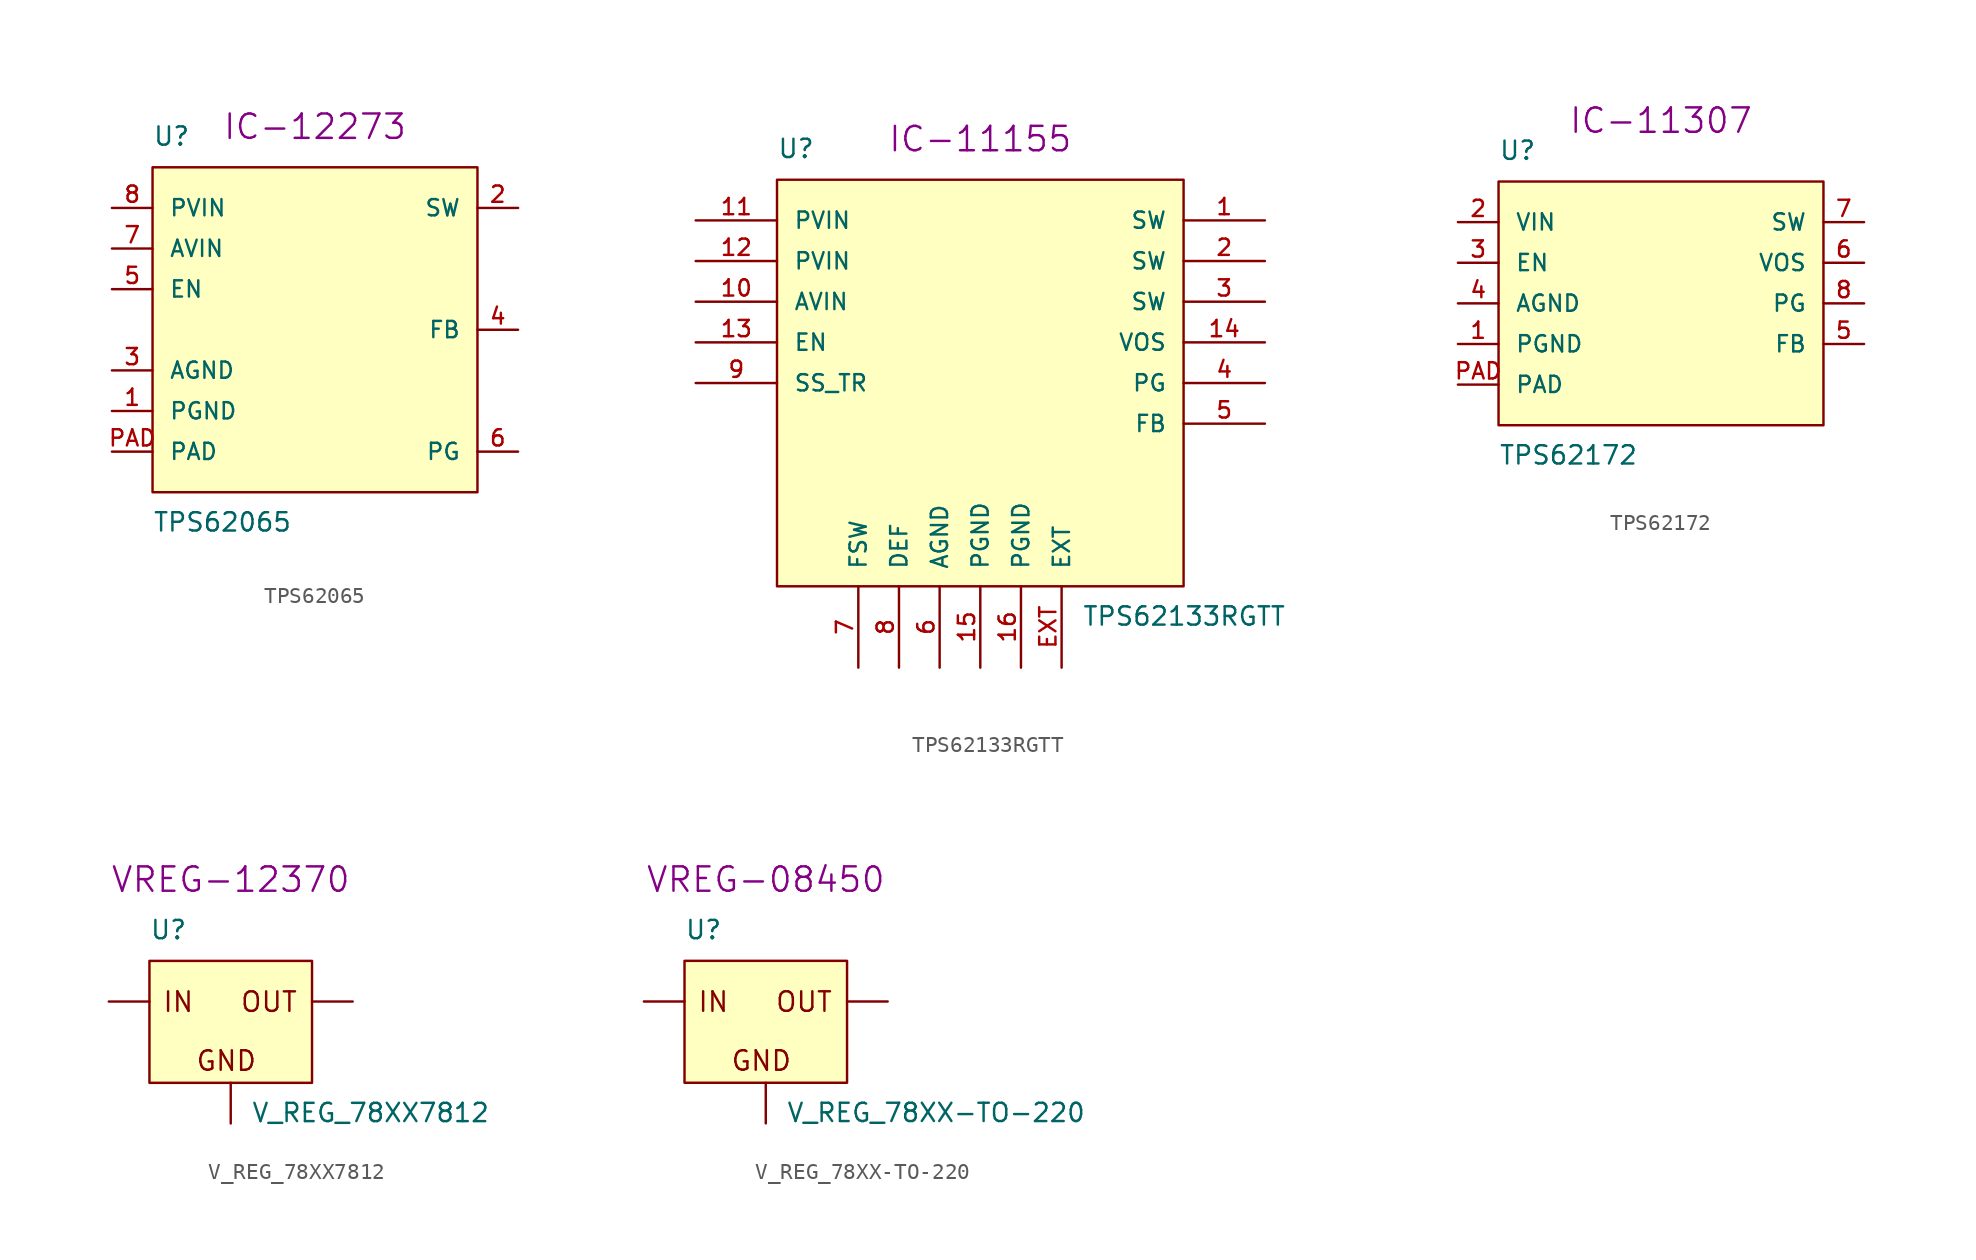
<source format=kicad_sym>
(kicad_symbol_lib
  (version 20201005)
  (generator kicad_symbol_editor)
  (symbol "TPS62065"
    (pin_names
      (offset 1.016))
    (property "Reference" "U"
      (at -10.16 11.43 0)
      (effects (font (size 1.143 1.143)) (justify left bottom)))
    (property "Value" "TPS62065"
      (at -10.16 -12.7 0)
      (effects (font (size 1.143 1.143)) (justify left bottom)))
    (property "Field4" "IC-12273"
      (at 0 12.7 0)
      (effects (font (size 1.524 1.524))))
    (property "ki_locked" ""
      (at 0 0 0)
      (effects (font (size 1.27 1.27))))
    (symbol "TPS62065_1_1"
      (polyline (pts (xy -10.16 10.16) (xy -10.16 -10.16) (xy 10.16 -10.16) (xy 10.16 10.16) (xy -10.16 10.16)) (stroke (width 0)) (fill (type background)))
      (pin bidirectional line (at -12.7 -5.08 0) (length 2.54) (name "PGND" (effects (font (size 1.016 1.016)))) (number "1" (effects (font (size 1.016 1.016)))))
      (pin bidirectional line (at 12.7 7.62 180) (length 2.54) (name "SW" (effects (font (size 1.016 1.016)))) (number "2" (effects (font (size 1.016 1.016)))))
      (pin bidirectional line (at -12.7 -2.54 0) (length 2.54) (name "AGND" (effects (font (size 1.016 1.016)))) (number "3" (effects (font (size 1.016 1.016)))))
      (pin bidirectional line (at 12.7 0 180) (length 2.54) (name "FB" (effects (font (size 1.016 1.016)))) (number "4" (effects (font (size 1.016 1.016)))))
      (pin bidirectional line (at -12.7 2.54 0) (length 2.54) (name "EN" (effects (font (size 1.016 1.016)))) (number "5" (effects (font (size 1.016 1.016)))))
      (pin bidirectional line (at 12.7 -7.62 180) (length 2.54) (name "PG" (effects (font (size 1.016 1.016)))) (number "6" (effects (font (size 1.016 1.016)))))
      (pin bidirectional line (at -12.7 5.08 0) (length 2.54) (name "AVIN" (effects (font (size 1.016 1.016)))) (number "7" (effects (font (size 1.016 1.016)))))
      (pin bidirectional line (at -12.7 7.62 0) (length 2.54) (name "PVIN" (effects (font (size 1.016 1.016)))) (number "8" (effects (font (size 1.016 1.016)))))
      (pin bidirectional line (at -12.7 -7.62 0) (length 2.54) (name "PAD" (effects (font (size 1.016 1.016)))) (number "PAD" (effects (font (size 1.016 1.016)))))))
  (symbol "TPS62133RGTT"
    (pin_names
      (offset 1.016))
    (property "Reference" "U"
      (at -12.7 11.43 0)
      (effects (font (size 1.143 1.143)) (justify left bottom)))
    (property "Value" "TPS62133RGTT"
      (at 6.35 -17.78 0)
      (effects (font (size 1.143 1.143)) (justify left bottom)))
    (property "Field4" "IC-11155"
      (at 0 12.7 0)
      (effects (font (size 1.524 1.524))))
    (property "ki_locked" ""
      (at 0 0 0)
      (effects (font (size 1.27 1.27))))
    (symbol "TPS62133RGTT_1_1"
      (polyline (pts (xy -12.7 10.16) (xy -12.7 -15.24) (xy 12.7 -15.24) (xy 12.7 10.16) (xy -12.7 10.16)) (stroke (width 0)) (fill (type background)))
      (pin bidirectional line (at 17.78 7.62 180) (length 5.08) (name "SW" (effects (font (size 1.016 1.016)))) (number "1" (effects (font (size 1.016 1.016)))))
      (pin bidirectional line (at 17.78 5.08 180) (length 5.08) (name "SW" (effects (font (size 1.016 1.016)))) (number "2" (effects (font (size 1.016 1.016)))))
      (pin bidirectional line (at 17.78 2.54 180) (length 5.08) (name "SW" (effects (font (size 1.016 1.016)))) (number "3" (effects (font (size 1.016 1.016)))))
      (pin bidirectional line (at 17.78 -2.54 180) (length 5.08) (name "PG" (effects (font (size 1.016 1.016)))) (number "4" (effects (font (size 1.016 1.016)))))
      (pin bidirectional line (at 17.78 -5.08 180) (length 5.08) (name "FB" (effects (font (size 1.016 1.016)))) (number "5" (effects (font (size 1.016 1.016)))))
      (pin bidirectional line (at -2.54 -20.32 90) (length 5.08) (name "AGND" (effects (font (size 1.016 1.016)))) (number "6" (effects (font (size 1.016 1.016)))))
      (pin bidirectional line (at -7.62 -20.32 90) (length 5.08) (name "FSW" (effects (font (size 1.016 1.016)))) (number "7" (effects (font (size 1.016 1.016)))))
      (pin bidirectional line (at -5.08 -20.32 90) (length 5.08) (name "DEF" (effects (font (size 1.016 1.016)))) (number "8" (effects (font (size 1.016 1.016)))))
      (pin bidirectional line (at -17.78 -2.54 0) (length 5.08) (name "SS_TR" (effects (font (size 1.016 1.016)))) (number "9" (effects (font (size 1.016 1.016)))))
      (pin bidirectional line (at -17.78 2.54 0) (length 5.08) (name "AVIN" (effects (font (size 1.016 1.016)))) (number "10" (effects (font (size 1.016 1.016)))))
      (pin bidirectional line (at -17.78 7.62 0) (length 5.08) (name "PVIN" (effects (font (size 1.016 1.016)))) (number "11" (effects (font (size 1.016 1.016)))))
      (pin bidirectional line (at -17.78 5.08 0) (length 5.08) (name "PVIN" (effects (font (size 1.016 1.016)))) (number "12" (effects (font (size 1.016 1.016)))))
      (pin bidirectional line (at -17.78 0 0) (length 5.08) (name "EN" (effects (font (size 1.016 1.016)))) (number "13" (effects (font (size 1.016 1.016)))))
      (pin bidirectional line (at 17.78 0 180) (length 5.08) (name "VOS" (effects (font (size 1.016 1.016)))) (number "14" (effects (font (size 1.016 1.016)))))
      (pin bidirectional line (at 0 -20.32 90) (length 5.08) (name "PGND" (effects (font (size 1.016 1.016)))) (number "15" (effects (font (size 1.016 1.016)))))
      (pin bidirectional line (at 2.54 -20.32 90) (length 5.08) (name "PGND" (effects (font (size 1.016 1.016)))) (number "16" (effects (font (size 1.016 1.016)))))
      (pin bidirectional line (at 5.08 -20.32 90) (length 5.08) (name "EXT" (effects (font (size 1.016 1.016)))) (number "EXT" (effects (font (size 1.016 1.016)))))))
  (symbol "TPS62172"
    (pin_names
      (offset 1.016))
    (property "Reference" "U"
      (at -10.16 8.89 0)
      (effects (font (size 1.143 1.143)) (justify left bottom)))
    (property "Value" "TPS62172"
      (at -10.16 -10.16 0)
      (effects (font (size 1.143 1.143)) (justify left bottom)))
    (property "Field4" "IC-11307"
      (at 0 11.43 0)
      (effects (font (size 1.524 1.524))))
    (property "ki_locked" ""
      (at 0 0 0)
      (effects (font (size 1.27 1.27))))
    (symbol "TPS62172_1_1"
      (polyline (pts (xy -10.16 7.62) (xy -10.16 -7.62) (xy 10.16 -7.62) (xy 10.16 7.62) (xy -10.16 7.62)) (stroke (width 0)) (fill (type background)))
      (pin bidirectional line (at -12.7 -2.54 0) (length 2.54) (name "PGND" (effects (font (size 1.016 1.016)))) (number "1" (effects (font (size 1.016 1.016)))))
      (pin bidirectional line (at -12.7 5.08 0) (length 2.54) (name "VIN" (effects (font (size 1.016 1.016)))) (number "2" (effects (font (size 1.016 1.016)))))
      (pin bidirectional line (at -12.7 2.54 0) (length 2.54) (name "EN" (effects (font (size 1.016 1.016)))) (number "3" (effects (font (size 1.016 1.016)))))
      (pin bidirectional line (at -12.7 0 0) (length 2.54) (name "AGND" (effects (font (size 1.016 1.016)))) (number "4" (effects (font (size 1.016 1.016)))))
      (pin bidirectional line (at 12.7 -2.54 180) (length 2.54) (name "FB" (effects (font (size 1.016 1.016)))) (number "5" (effects (font (size 1.016 1.016)))))
      (pin bidirectional line (at 12.7 2.54 180) (length 2.54) (name "VOS" (effects (font (size 1.016 1.016)))) (number "6" (effects (font (size 1.016 1.016)))))
      (pin bidirectional line (at 12.7 5.08 180) (length 2.54) (name "SW" (effects (font (size 1.016 1.016)))) (number "7" (effects (font (size 1.016 1.016)))))
      (pin bidirectional line (at 12.7 0 180) (length 2.54) (name "PG" (effects (font (size 1.016 1.016)))) (number "8" (effects (font (size 1.016 1.016)))))
      (pin bidirectional line (at -12.7 -5.08 0) (length 2.54) (name "PAD" (effects (font (size 1.016 1.016)))) (number "PAD" (effects (font (size 1.016 1.016)))))))
  (symbol "V_REG_78XX7812"
    (pin_numbers hide)
    (pin_names
      (offset 1.016) hide)
    (property "Reference" "U"
      (at -5.08 3.81 0)
      (effects (font (size 1.143 1.143)) (justify left bottom)))
    (property "Value" "V_REG_78XX7812"
      (at 1.27 -7.62 0)
      (effects (font (size 1.143 1.143)) (justify left bottom)))
    (property "Field4" "VREG-12370"
      (at 0 7.62 0)
      (effects (font (size 1.524 1.524))))
    (property "ki_locked" ""
      (at 0 0 0)
      (effects (font (size 1.27 1.27))))
    (symbol "V_REG_78XX7812_1_0"
      (text "GND" (at -0.279 -3.708 0) (effects (font (size 1.219 1.219))))
      (text "IN" (at -3.277 -0.025 0) (effects (font (size 1.219 1.219))))
      (text "OUT" (at 2.388 -0.025 0) (effects (font (size 1.219 1.219)))))
    (symbol "V_REG_78XX7812_1_1"
      (polyline (pts (xy -5.08 -5.08) (xy 5.08 -5.08) (xy 5.08 2.54) (xy -5.08 2.54) (xy -5.08 -5.08)) (stroke (width 0)) (fill (type background)))
      (pin input line (at -7.62 0 0) (length 2.54) (name "IN" (effects (font (size 1.016 1.016)))) (number "1" (effects (font (size 1.016 1.016)))))
      (pin passive line (at 7.62 0 180) (length 2.54) (name "OUT" (effects (font (size 1.016 1.016)))) (number "2" (effects (font (size 1.016 1.016)))))
      (pin input line (at 0 -7.62 90) (length 2.54) (name "GND" (effects (font (size 1.016 1.016)))) (number "3" (effects (font (size 1.016 1.016)))))))
  (symbol "V_REG_78XX-TO-220"
    (pin_numbers hide)
    (pin_names
      (offset 1.016) hide)
    (property "Reference" "U"
      (at -5.08 3.81 0)
      (effects (font (size 1.143 1.143)) (justify left bottom)))
    (property "Value" "V_REG_78XX-TO-220"
      (at 1.27 -7.62 0)
      (effects (font (size 1.143 1.143)) (justify left bottom)))
    (property "Field4" "VREG-08450"
      (at 0 7.62 0)
      (effects (font (size 1.524 1.524))))
    (property "ki_locked" ""
      (at 0 0 0)
      (effects (font (size 1.27 1.27))))
    (symbol "V_REG_78XX-TO-220_1_0"
      (text "GND" (at -0.279 -3.708 0) (effects (font (size 1.219 1.219))))
      (text "IN" (at -3.277 -0.025 0) (effects (font (size 1.219 1.219))))
      (text "OUT" (at 2.388 -0.025 0) (effects (font (size 1.219 1.219)))))
    (symbol "V_REG_78XX-TO-220_1_1"
      (polyline (pts (xy -5.08 -5.08) (xy 5.08 -5.08) (xy 5.08 2.54) (xy -5.08 2.54) (xy -5.08 -5.08)) (stroke (width 0)) (fill (type background)))
      (pin input line (at -7.62 0 0) (length 2.54) (name "IN" (effects (font (size 1.016 1.016)))) (number "IN" (effects (font (size 1.016 1.016)))))
      (pin input line (at 0 -7.62 90) (length 2.54) (name "GND" (effects (font (size 1.016 1.016)))) (number "GND" (effects (font (size 1.016 1.016)))))
      (pin passive line (at 7.62 0 180) (length 2.54) (name "OUT" (effects (font (size 1.016 1.016)))) (number "OUT" (effects (font (size 1.016 1.016))))))))
</source>
